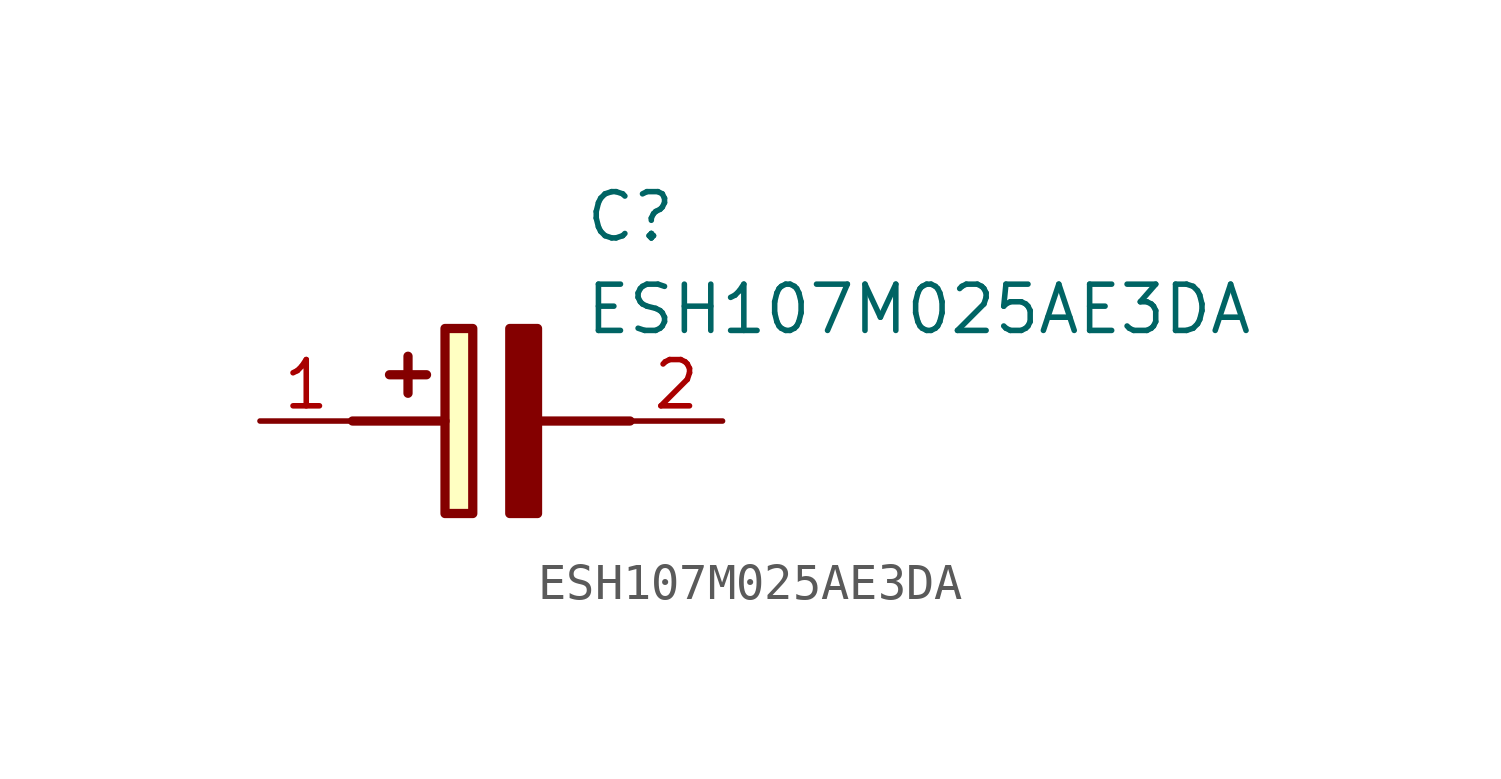
<source format=kicad_sym>
(kicad_symbol_lib
  (version 20211014)
  (generator SamacSys_ECAD_Model)
  (symbol "ESH107M025AE3DA"
    (pin_names hide)
    (property "Reference" "C"
      (at 8.89 6.35 0)
      (effects (font (size 1.27 1.27)) (justify left top)))
    (property "Value" "ESH107M025AE3DA"
      (at 8.89 3.81 0)
      (effects (font (size 1.27 1.27)) (justify left top)))
    (rectangle
      (start 5.08 2.54)
      (end 5.842 -2.54)
      (stroke (width 0.254) (type default))
      (fill (type background)))
    (polyline
      (pts (xy 4.572 1.27) (xy 3.556 1.27))
      (stroke (width 0.254) (type default))
      (fill (type none)))
    (polyline
      (pts (xy 4.064 1.778) (xy 4.064 0.762))
      (stroke (width 0.254) (type default))
      (fill (type none)))
    (polyline
      (pts (xy 2.54 0) (xy 5.08 0))
      (stroke (width 0.254) (type default))
      (fill (type none)))
    (polyline
      (pts (xy 7.62 0) (xy 10.16 0))
      (stroke (width 0.254) (type default))
      (fill (type none)))
    (polyline
      (pts (xy 7.62 2.54) (xy 7.62 -2.54) (xy 6.858 -2.54) (xy 6.858 2.54) (xy 7.62 2.54))
      (stroke (width 0.254) (type default))
      (fill (type outline)))
    (pin passive line
      (at 0 0 0)
      (length 2.54)
      (name "+" (effects (font (size 1.27 1.27))))
      (number "1" (effects (font (size 1.27 1.27)))))
    (pin passive line
      (at 12.7 0 180)
      (length 2.54)
      (name "-" (effects (font (size 1.27 1.27))))
      (number "2" (effects (font (size 1.27 1.27)))))))
</source>
